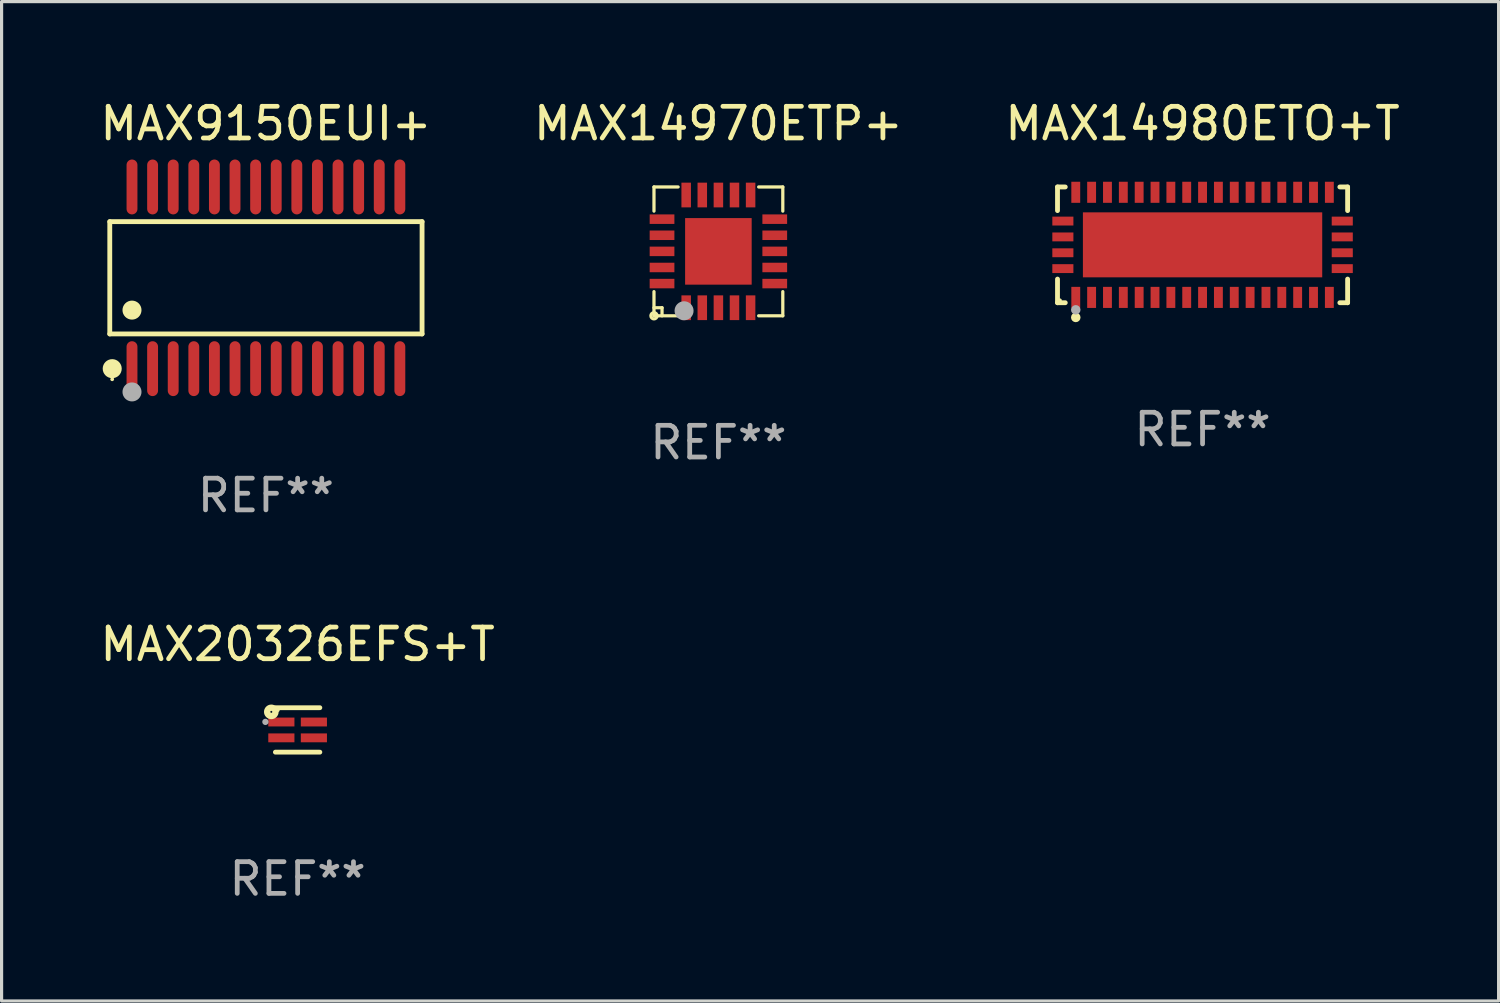
<source format=kicad_pcb>
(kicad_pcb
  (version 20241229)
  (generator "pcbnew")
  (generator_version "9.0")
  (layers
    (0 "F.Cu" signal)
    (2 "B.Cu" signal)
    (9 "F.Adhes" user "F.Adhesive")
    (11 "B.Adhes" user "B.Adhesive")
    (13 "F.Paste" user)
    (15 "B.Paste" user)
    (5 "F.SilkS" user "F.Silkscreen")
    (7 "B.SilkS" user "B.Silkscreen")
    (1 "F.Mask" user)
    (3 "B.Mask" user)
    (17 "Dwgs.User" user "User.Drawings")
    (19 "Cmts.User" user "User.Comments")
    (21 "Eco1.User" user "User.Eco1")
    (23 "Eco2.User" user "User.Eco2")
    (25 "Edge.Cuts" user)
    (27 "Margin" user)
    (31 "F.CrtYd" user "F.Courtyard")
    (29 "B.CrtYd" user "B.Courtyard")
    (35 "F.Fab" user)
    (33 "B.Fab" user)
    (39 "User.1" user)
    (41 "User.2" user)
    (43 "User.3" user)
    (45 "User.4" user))
  (footprint "MAX20326EFS+T"
    (layer "F.Cu")
    (at 6.339 19.977)
    (property "Reference" "MAX20326EFS+T" (at 0 -2.701 0) (layer "F.SilkS") (effects (font (size 1 1) (thickness 0.15))))
    (attr through_hole)
    (fp_line (start -0.701 -0.701) (end 0.701 -0.701) (stroke (width 0.152) (type solid)) (layer "F.SilkS"))
    (fp_line (start -0.701 0.701) (end 0.701 0.701) (stroke (width 0.152) (type solid)) (layer "F.SilkS"))
    (fp_circle (center -0.83 -0.57) (end -0.799 -0.57) (stroke (width 0.2) (type solid)) (fill no) (layer "F.SilkS"))
    (fp_circle (center -0.625 -0.625) (end -0.595 -0.625) (stroke (width 0.06) (type solid)) (fill no) (layer "F.SilkS"))
    (fp_circle (center -1.016 -0.254) (end -0.966 -0.254) (stroke (width 0.1) (type solid)) (fill no) (layer "F.Fab"))
    (fp_text user "REF**" (at 0 4.701 0) (layer "F.Fab") (effects (font (size 1 1) (thickness 0.15))))
    (pad "1" smd rect (at -0.513 -0.25) (size 0.825 0.28) (layers "F.Cu" "F.Mask" "F.Paste"))
    (pad "2" smd rect (at -0.513 0.25) (size 0.825 0.28) (layers "F.Cu" "F.Mask" "F.Paste"))
    (pad "3" smd rect (at 0.513 0.25) (size 0.825 0.28) (layers "F.Cu" "F.Mask" "F.Paste"))
    (pad "4" smd rect (at 0.513 -0.25) (size 0.825 0.28) (layers "F.Cu" "F.Mask" "F.Paste")))
  (footprint "MAX14980ETO+T"
    (layer "F.Cu")
    (at 34.887 4.674)
    (property "Reference" "MAX14980ETO+T" (at 0 -3.826 0) (layer "F.SilkS") (effects (font (size 1 1) (thickness 0.15))))
    (attr through_hole)
    (fp_line (start -4.576 -1.826) (end -4.331 -1.826) (stroke (width 0.152) (type solid)) (layer "F.SilkS"))
    (fp_line (start -4.576 -1.08) (end -4.576 -1.826) (stroke (width 0.152) (type solid)) (layer "F.SilkS"))
    (fp_line (start -4.576 1.08) (end -4.576 1.826) (stroke (width 0.152) (type solid)) (layer "F.SilkS"))
    (fp_line (start -4.576 1.826) (end -4.331 1.826) (stroke (width 0.152) (type solid)) (layer "F.SilkS"))
    (fp_line (start 4.576 -1.826) (end 4.331 -1.826) (stroke (width 0.152) (type solid)) (layer "F.SilkS"))
    (fp_line (start 4.576 -1.08) (end 4.576 -1.826) (stroke (width 0.152) (type solid)) (layer "F.SilkS"))
    (fp_line (start 4.576 1.08) (end 4.576 1.826) (stroke (width 0.152) (type solid)) (layer "F.SilkS"))
    (fp_line (start 4.576 1.826) (end 4.331 1.826) (stroke (width 0.152) (type solid)) (layer "F.SilkS"))
    (fp_circle (center -4.5 1.75) (end -4.47 1.75) (stroke (width 0.06) (type solid)) (fill no) (layer "F.SilkS"))
    (fp_circle (center -4 2.29) (end -3.925 2.29) (stroke (width 0.15) (type solid)) (fill no) (layer "F.SilkS"))
    (fp_circle (center -4 2.05) (end -3.925 2.05) (stroke (width 0.15) (type solid)) (fill no) (layer "F.Fab"))
    (fp_text user "REF**" (at 0 5.826 0) (layer "F.Fab") (effects (font (size 1 1) (thickness 0.15))))
    (pad "1" smd rect (at -4 1.658) (size 0.28 0.665) (layers "F.Cu" "F.Mask" "F.Paste"))
    (pad "2" smd rect (at -3.5 1.658) (size 0.28 0.665) (layers "F.Cu" "F.Mask" "F.Paste"))
    (pad "3" smd rect (at -3 1.658) (size 0.28 0.665) (layers "F.Cu" "F.Mask" "F.Paste"))
    (pad "4" smd rect (at -2.5 1.658) (size 0.28 0.665) (layers "F.Cu" "F.Mask" "F.Paste"))
    (pad "5" smd rect (at -2 1.658) (size 0.28 0.665) (layers "F.Cu" "F.Mask" "F.Paste"))
    (pad "6" smd rect (at -1.5 1.658) (size 0.28 0.665) (layers "F.Cu" "F.Mask" "F.Paste"))
    (pad "7" smd rect (at -1 1.658) (size 0.28 0.665) (layers "F.Cu" "F.Mask" "F.Paste"))
    (pad "8" smd rect (at -0.5 1.658) (size 0.28 0.665) (layers "F.Cu" "F.Mask" "F.Paste"))
    (pad "9" smd rect (at 0 1.658) (size 0.28 0.665) (layers "F.Cu" "F.Mask" "F.Paste"))
    (pad "10" smd rect (at 0.5 1.658) (size 0.28 0.665) (layers "F.Cu" "F.Mask" "F.Paste"))
    (pad "11" smd rect (at 1 1.658) (size 0.28 0.665) (layers "F.Cu" "F.Mask" "F.Paste"))
    (pad "12" smd rect (at 1.5 1.658) (size 0.28 0.665) (layers "F.Cu" "F.Mask" "F.Paste"))
    (pad "13" smd rect (at 2 1.658) (size 0.28 0.665) (layers "F.Cu" "F.Mask" "F.Paste"))
    (pad "14" smd rect (at 2.5 1.658) (size 0.28 0.665) (layers "F.Cu" "F.Mask" "F.Paste"))
    (pad "15" smd rect (at 3 1.658) (size 0.28 0.665) (layers "F.Cu" "F.Mask" "F.Paste"))
    (pad "16" smd rect (at 3.5 1.658) (size 0.28 0.665) (layers "F.Cu" "F.Mask" "F.Paste"))
    (pad "17" smd rect (at 4 1.658) (size 0.28 0.665) (layers "F.Cu" "F.Mask" "F.Paste"))
    (pad "18" smd rect (at 4.407 0.75) (size 0.665 0.28) (layers "F.Cu" "F.Mask" "F.Paste"))
    (pad "19" smd rect (at 4.407 0.25) (size 0.665 0.28) (layers "F.Cu" "F.Mask" "F.Paste"))
    (pad "20" smd rect (at 4.407 -0.25) (size 0.665 0.28) (layers "F.Cu" "F.Mask" "F.Paste"))
    (pad "21" smd rect (at 4.407 -0.75) (size 0.665 0.28) (layers "F.Cu" "F.Mask" "F.Paste"))
    (pad "22" smd rect (at 4 -1.658) (size 0.28 0.665) (layers "F.Cu" "F.Mask" "F.Paste"))
    (pad "23" smd rect (at 3.5 -1.658) (size 0.28 0.665) (layers "F.Cu" "F.Mask" "F.Paste"))
    (pad "24" smd rect (at 3 -1.658) (size 0.28 0.665) (layers "F.Cu" "F.Mask" "F.Paste"))
    (pad "25" smd rect (at 2.5 -1.658) (size 0.28 0.665) (layers "F.Cu" "F.Mask" "F.Paste"))
    (pad "26" smd rect (at 2 -1.658) (size 0.28 0.665) (layers "F.Cu" "F.Mask" "F.Paste"))
    (pad "27" smd rect (at 1.5 -1.658) (size 0.28 0.665) (layers "F.Cu" "F.Mask" "F.Paste"))
    (pad "28" smd rect (at 1 -1.658) (size 0.28 0.665) (layers "F.Cu" "F.Mask" "F.Paste"))
    (pad "29" smd rect (at 0.5 -1.658) (size 0.28 0.665) (layers "F.Cu" "F.Mask" "F.Paste"))
    (pad "30" smd rect (at 0 -1.658) (size 0.28 0.665) (layers "F.Cu" "F.Mask" "F.Paste"))
    (pad "31" smd rect (at -0.5 -1.658) (size 0.28 0.665) (layers "F.Cu" "F.Mask" "F.Paste"))
    (pad "32" smd rect (at -1 -1.658) (size 0.28 0.665) (layers "F.Cu" "F.Mask" "F.Paste"))
    (pad "33" smd rect (at -1.5 -1.658) (size 0.28 0.665) (layers "F.Cu" "F.Mask" "F.Paste"))
    (pad "34" smd rect (at -2 -1.658) (size 0.28 0.665) (layers "F.Cu" "F.Mask" "F.Paste"))
    (pad "35" smd rect (at -2.5 -1.658) (size 0.28 0.665) (layers "F.Cu" "F.Mask" "F.Paste"))
    (pad "36" smd rect (at -3 -1.658) (size 0.28 0.665) (layers "F.Cu" "F.Mask" "F.Paste"))
    (pad "37" smd rect (at -3.5 -1.658) (size 0.28 0.665) (layers "F.Cu" "F.Mask" "F.Paste"))
    (pad "38" smd rect (at -4 -1.658) (size 0.28 0.665) (layers "F.Cu" "F.Mask" "F.Paste"))
    (pad "39" smd rect (at -4.407 -0.75) (size 0.665 0.28) (layers "F.Cu" "F.Mask" "F.Paste"))
    (pad "40" smd rect (at -4.407 -0.25) (size 0.665 0.28) (layers "F.Cu" "F.Mask" "F.Paste"))
    (pad "41" smd rect (at -4.407 0.25) (size 0.665 0.28) (layers "F.Cu" "F.Mask" "F.Paste"))
    (pad "42" smd rect (at -4.407 0.75) (size 0.665 0.28) (layers "F.Cu" "F.Mask" "F.Paste"))
    (pad "43" smd rect (at 0 0) (size 7.55 2.05) (layers "F.Cu" "F.Mask" "F.Paste")))
  (footprint "MAX9150EUI+"
    (layer "F.Cu")
    (at 5.339 5.714)
    (property "Reference" "MAX9150EUI+" (at 0 -4.866 0) (layer "F.SilkS") (effects (font (size 1 1) (thickness 0.15))))
    (attr through_hole)
    (fp_line (start -4.926 -1.772) (end 4.926 -1.772) (stroke (width 0.152) (type solid)) (layer "F.SilkS"))
    (fp_line (start -4.926 1.771) (end -4.926 -1.772) (stroke (width 0.152) (type solid)) (layer "F.SilkS"))
    (fp_line (start 4.926 -1.772) (end 4.926 1.771) (stroke (width 0.152) (type solid)) (layer "F.SilkS"))
    (fp_line (start 4.926 1.771) (end -4.926 1.771) (stroke (width 0.152) (type solid)) (layer "F.SilkS"))
    (fp_circle (center -4.85 3.2) (end -4.82 3.2) (stroke (width 0.06) (type solid)) (fill no) (layer "F.SilkS"))
    (fp_circle (center -4.849 2.866) (end -4.699 2.866) (stroke (width 0.3) (type solid)) (fill no) (layer "F.SilkS"))
    (fp_circle (center -4.225 1.019) (end -4.075 1.019) (stroke (width 0.3) (type solid)) (fill no) (layer "F.SilkS"))
    (fp_circle (center -4.225 3.6) (end -4.075 3.6) (stroke (width 0.3) (type solid)) (fill no) (layer "F.Fab"))
    (fp_text user "REF**" (at 0 6.866 0) (layer "F.Fab") (effects (font (size 1 1) (thickness 0.15))))
    (pad "1" smd oval (at -4.225 2.866) (size 0.343 1.731) (layers "F.Cu" "F.Mask" "F.Paste"))
    (pad "2" smd oval (at -3.575 2.866) (size 0.343 1.731) (layers "F.Cu" "F.Mask" "F.Paste"))
    (pad "3" smd oval (at -2.925 2.866) (size 0.343 1.731) (layers "F.Cu" "F.Mask" "F.Paste"))
    (pad "4" smd oval (at -2.275 2.866) (size 0.343 1.731) (layers "F.Cu" "F.Mask" "F.Paste"))
    (pad "5" smd oval (at -1.625 2.866) (size 0.343 1.731) (layers "F.Cu" "F.Mask" "F.Paste"))
    (pad "6" smd oval (at -0.975 2.866) (size 0.343 1.731) (layers "F.Cu" "F.Mask" "F.Paste"))
    (pad "7" smd oval (at -0.325 2.866) (size 0.343 1.731) (layers "F.Cu" "F.Mask" "F.Paste"))
    (pad "8" smd oval (at 0.325 2.866) (size 0.343 1.731) (layers "F.Cu" "F.Mask" "F.Paste"))
    (pad "9" smd oval (at 0.975 2.866) (size 0.343 1.731) (layers "F.Cu" "F.Mask" "F.Paste"))
    (pad "10" smd oval (at 1.625 2.866) (size 0.343 1.731) (layers "F.Cu" "F.Mask" "F.Paste"))
    (pad "11" smd oval (at 2.275 2.866) (size 0.343 1.731) (layers "F.Cu" "F.Mask" "F.Paste"))
    (pad "12" smd oval (at 2.925 2.866) (size 0.343 1.731) (layers "F.Cu" "F.Mask" "F.Paste"))
    (pad "13" smd oval (at 3.575 2.866) (size 0.343 1.731) (layers "F.Cu" "F.Mask" "F.Paste"))
    (pad "14" smd oval (at 4.225 2.866) (size 0.343 1.731) (layers "F.Cu" "F.Mask" "F.Paste"))
    (pad "15" smd oval (at 4.225 -2.866) (size 0.343 1.731) (layers "F.Cu" "F.Mask" "F.Paste"))
    (pad "16" smd oval (at 3.575 -2.866) (size 0.343 1.731) (layers "F.Cu" "F.Mask" "F.Paste"))
    (pad "17" smd oval (at 2.925 -2.866) (size 0.343 1.731) (layers "F.Cu" "F.Mask" "F.Paste"))
    (pad "18" smd oval (at 2.275 -2.866) (size 0.343 1.731) (layers "F.Cu" "F.Mask" "F.Paste"))
    (pad "19" smd oval (at 1.625 -2.866) (size 0.343 1.731) (layers "F.Cu" "F.Mask" "F.Paste"))
    (pad "20" smd oval (at 0.975 -2.866) (size 0.343 1.731) (layers "F.Cu" "F.Mask" "F.Paste"))
    (pad "21" smd oval (at 0.325 -2.866) (size 0.343 1.731) (layers "F.Cu" "F.Mask" "F.Paste"))
    (pad "22" smd oval (at -0.325 -2.866) (size 0.343 1.731) (layers "F.Cu" "F.Mask" "F.Paste"))
    (pad "23" smd oval (at -0.975 -2.866) (size 0.343 1.731) (layers "F.Cu" "F.Mask" "F.Paste"))
    (pad "24" smd oval (at -1.625 -2.866) (size 0.343 1.731) (layers "F.Cu" "F.Mask" "F.Paste"))
    (pad "25" smd oval (at -2.275 -2.866) (size 0.343 1.731) (layers "F.Cu" "F.Mask" "F.Paste"))
    (pad "26" smd oval (at -2.925 -2.866) (size 0.343 1.731) (layers "F.Cu" "F.Mask" "F.Paste"))
    (pad "27" smd oval (at -3.575 -2.866) (size 0.343 1.731) (layers "F.Cu" "F.Mask" "F.Paste"))
    (pad "28" smd oval (at -4.225 -2.866) (size 0.343 1.731) (layers "F.Cu" "F.Mask" "F.Paste")))
  (footprint "MAX14970ETP+"
    (layer "F.Cu")
    (at 19.613 4.88)
    (property "Reference" "MAX14970ETP+" (at 0 -4.032 0) (layer "F.SilkS") (effects (font (size 1 1) (thickness 0.15))))
    (attr through_hole)
    (fp_line (start -2.032 -2.032) (end -1.27 -2.032) (stroke (width 0.102) (type solid)) (layer "F.SilkS"))
    (fp_line (start -2.032 -1.27) (end -2.032 -2.032) (stroke (width 0.102) (type solid)) (layer "F.SilkS"))
    (fp_line (start -2.032 1.778) (end -1.778 1.778) (stroke (width 0.102) (type solid)) (layer "F.SilkS"))
    (fp_line (start -2.032 2.032) (end -2.032 1.27) (stroke (width 0.102) (type solid)) (layer "F.SilkS"))
    (fp_line (start -1.778 1.778) (end -1.778 2.032) (stroke (width 0.102) (type solid)) (layer "F.SilkS"))
    (fp_line (start -1.27 2.032) (end -2.032 2.032) (stroke (width 0.102) (type solid)) (layer "F.SilkS"))
    (fp_line (start 1.27 -2.032) (end 2.032 -2.032) (stroke (width 0.102) (type solid)) (layer "F.SilkS"))
    (fp_line (start 1.27 2.032) (end 2.032 2.032) (stroke (width 0.102) (type solid)) (layer "F.SilkS"))
    (fp_line (start 2.032 -2.032) (end 2.032 -1.27) (stroke (width 0.102) (type solid)) (layer "F.SilkS"))
    (fp_line (start 2.032 2.032) (end 2.032 1.27) (stroke (width 0.102) (type solid)) (layer "F.SilkS"))
    (fp_circle (center -2.032 2.032) (end -1.933 2.032) (stroke (width 0.1) (type solid)) (fill no) (layer "F.SilkS"))
    (fp_circle (center -2.002 2) (end -1.972 2) (stroke (width 0.06) (type solid)) (fill no) (layer "F.SilkS"))
    (fp_circle (center -1.083 1.874) (end -0.933 1.874) (stroke (width 0.3) (type solid)) (fill no) (layer "F.Fab"))
    (fp_text user "REF**" (at 0 6.032 0) (layer "F.Fab") (effects (font (size 1 1) (thickness 0.15))))
    (pad "1" smd rect (at -1.016 1.778 180) (size 0.3 0.78) (layers "F.Cu" "F.Mask" "F.Paste"))
    (pad "2" smd rect (at -0.508 1.778 180) (size 0.3 0.78) (layers "F.Cu" "F.Mask" "F.Paste"))
    (pad "3" smd rect (at 0.000254 1.778 180) (size 0.3 0.78) (layers "F.Cu" "F.Mask" "F.Paste"))
    (pad "4" smd rect (at 0.508 1.778 180) (size 0.3 0.78) (layers "F.Cu" "F.Mask" "F.Paste"))
    (pad "5" smd rect (at 1.016 1.778 180) (size 0.3 0.78) (layers "F.Cu" "F.Mask" "F.Paste"))
    (pad "6" smd rect (at 1.778 1.016 270) (size 0.3 0.78) (layers "F.Cu" "F.Mask" "F.Paste"))
    (pad "7" smd rect (at 1.778 0.508 270) (size 0.3 0.78) (layers "F.Cu" "F.Mask" "F.Paste"))
    (pad "8" smd rect (at 1.778 0 270) (size 0.3 0.78) (layers "F.Cu" "F.Mask" "F.Paste"))
    (pad "9" smd rect (at 1.778 -0.508 270) (size 0.3 0.78) (layers "F.Cu" "F.Mask" "F.Paste"))
    (pad "10" smd rect (at 1.778 -1.016 270) (size 0.3 0.78) (layers "F.Cu" "F.Mask" "F.Paste"))
    (pad "11" smd rect (at 1.016 -1.778) (size 0.3 0.78) (layers "F.Cu" "F.Mask" "F.Paste"))
    (pad "12" smd rect (at 0.508 -1.778) (size 0.3 0.78) (layers "F.Cu" "F.Mask" "F.Paste"))
    (pad "13" smd rect (at 0.000254 -1.778) (size 0.3 0.78) (layers "F.Cu" "F.Mask" "F.Paste"))
    (pad "14" smd rect (at -0.508 -1.778) (size 0.3 0.78) (layers "F.Cu" "F.Mask" "F.Paste"))
    (pad "15" smd rect (at -1.016 -1.778) (size 0.3 0.78) (layers "F.Cu" "F.Mask" "F.Paste"))
    (pad "16" smd rect (at -1.778 -1.016 90) (size 0.3 0.78) (layers "F.Cu" "F.Mask" "F.Paste"))
    (pad "17" smd rect (at -1.778 -0.508 90) (size 0.3 0.78) (layers "F.Cu" "F.Mask" "F.Paste"))
    (pad "18" smd rect (at -1.778 0 90) (size 0.3 0.78) (layers "F.Cu" "F.Mask" "F.Paste"))
    (pad "19" smd rect (at -1.778 0.508 90) (size 0.3 0.78) (layers "F.Cu" "F.Mask" "F.Paste"))
    (pad "20" smd rect (at -1.778 1.016 90) (size 0.3 0.78) (layers "F.Cu" "F.Mask" "F.Paste"))
    (pad "21" smd rect (at 0 0 90) (size 2.1 2.1) (layers "F.Cu" "F.Mask" "F.Paste")))
  (gr_rect
    (start -3 -3)
    (end 44.226 28.527)
    (stroke (width 0.1) (type default))
    (fill no)
    (layer "Edge.Cuts")))
</source>
